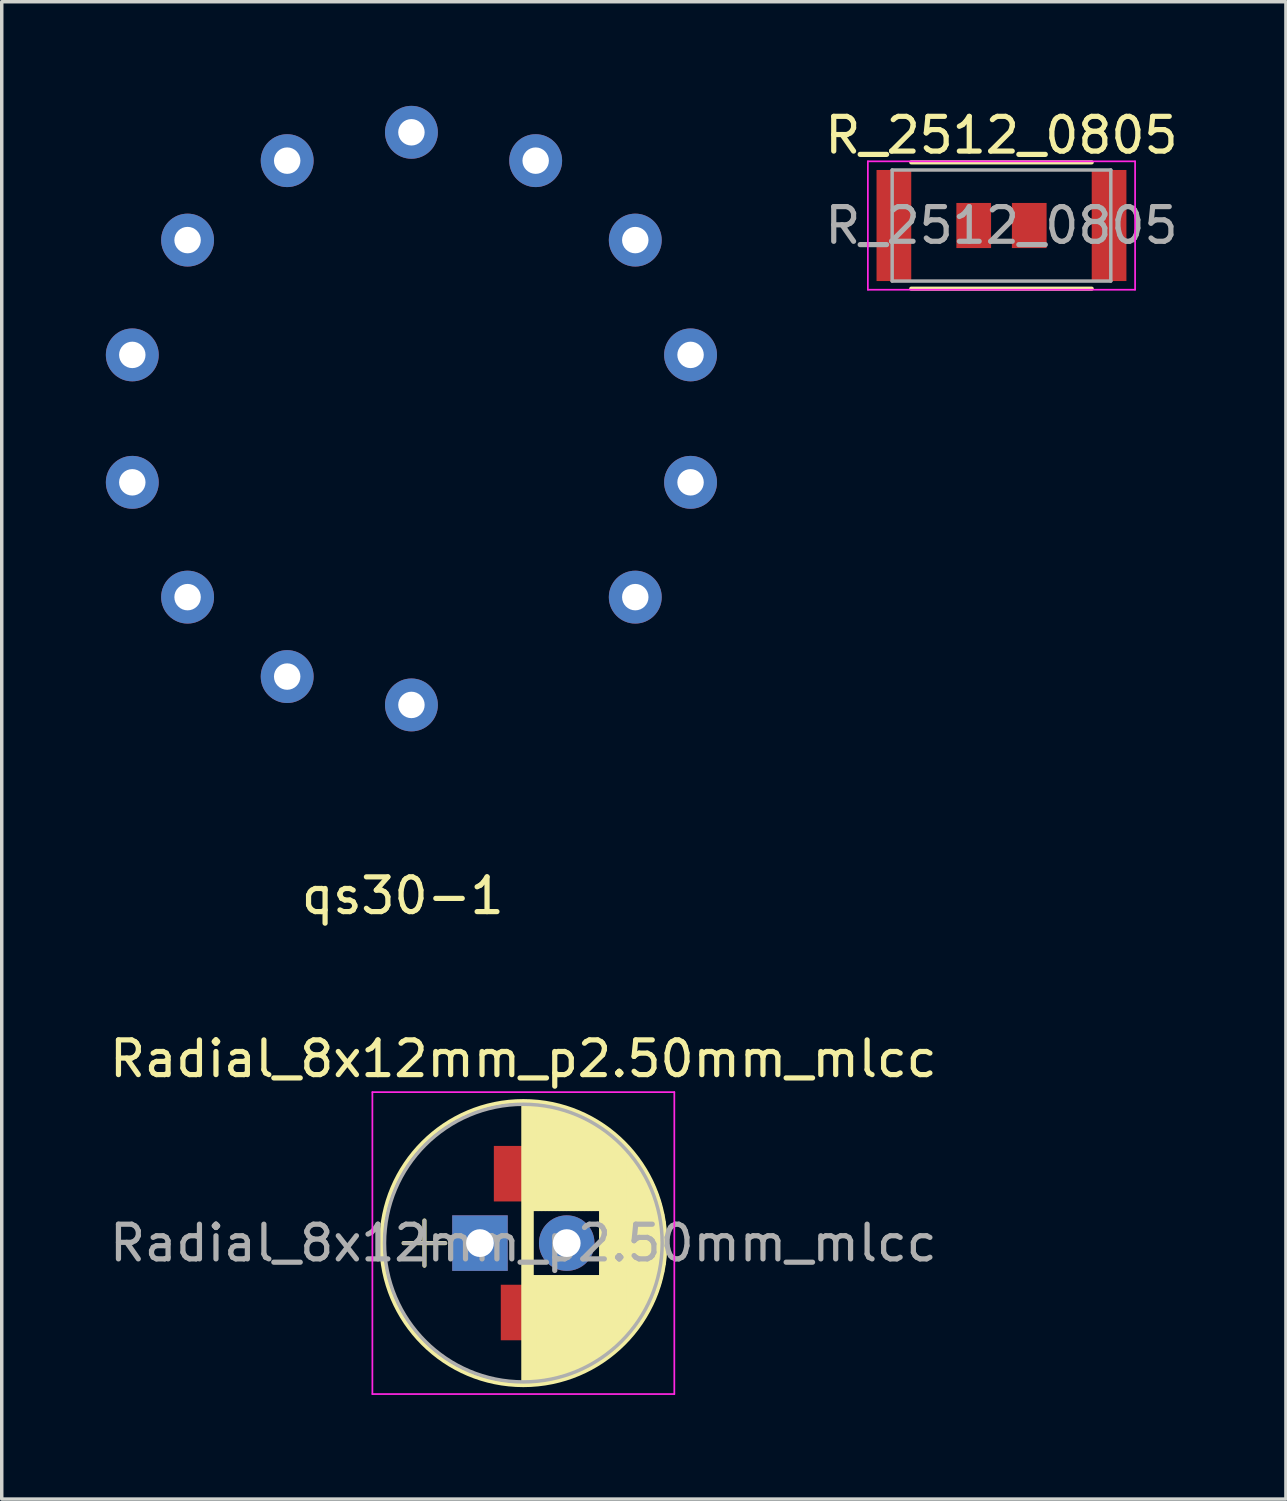
<source format=kicad_pcb>
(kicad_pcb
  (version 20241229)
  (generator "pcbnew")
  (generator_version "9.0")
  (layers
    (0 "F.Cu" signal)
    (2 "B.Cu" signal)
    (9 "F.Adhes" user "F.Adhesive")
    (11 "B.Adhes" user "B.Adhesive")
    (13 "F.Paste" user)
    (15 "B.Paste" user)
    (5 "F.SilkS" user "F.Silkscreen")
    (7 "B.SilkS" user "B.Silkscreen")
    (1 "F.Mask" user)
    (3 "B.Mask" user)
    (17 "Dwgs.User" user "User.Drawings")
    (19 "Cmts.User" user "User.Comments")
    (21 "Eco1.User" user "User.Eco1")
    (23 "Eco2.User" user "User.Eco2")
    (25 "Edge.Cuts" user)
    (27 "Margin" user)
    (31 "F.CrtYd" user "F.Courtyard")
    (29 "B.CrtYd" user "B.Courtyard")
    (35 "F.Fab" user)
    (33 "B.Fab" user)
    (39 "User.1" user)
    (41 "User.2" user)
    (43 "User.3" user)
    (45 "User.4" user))
  (footprint "qs30-1"
    (layer "F.Cu")
    (at 8.805 9.012)
    (property "Reference" "qs30-1" (at -0.25 13.75 0) (layer "F.SilkS") (effects (font (size 1 1) (thickness 0.15))))
    (attr through_hole)
    (pad "0" thru_hole circle (at -6.45 5.144 128.571) (size 1.524 1.524) (drill 0.762) (layers "*.Cu" "*.Mask"))
    (pad "1" thru_hole circle (at 6.45 5.144 231.429) (size 1.524 1.524) (drill 0.762) (layers "*.Cu" "*.Mask"))
    (pad "2" thru_hole circle (at 8.043 1.836 257.143) (size 1.524 1.524) (drill 0.762) (layers "*.Cu" "*.Mask"))
    (pad "3" thru_hole circle (at 8.043 -1.836 282.857) (size 1.524 1.524) (drill 0.762) (layers "*.Cu" "*.Mask"))
    (pad "4" thru_hole circle (at 6.45 -5.144 308.571) (size 1.524 1.524) (drill 0.762) (layers "*.Cu" "*.Mask"))
    (pad "5" thru_hole circle (at 3.58 -7.433 334.286) (size 1.524 1.524) (drill 0.762) (layers "*.Cu" "*.Mask"))
    (pad "6" thru_hole circle (at -3.58 -7.433 25.714) (size 1.524 1.524) (drill 0.762) (layers "*.Cu" "*.Mask"))
    (pad "7" thru_hole circle (at -6.45 -5.144 51.429) (size 1.524 1.524) (drill 0.762) (layers "*.Cu" "*.Mask"))
    (pad "8" thru_hole circle (at -8.043 -1.836 77.143) (size 1.524 1.524) (drill 0.762) (layers "*.Cu" "*.Mask"))
    (pad "9" thru_hole circle (at -8.043 1.836 102.857) (size 1.524 1.524) (drill 0.762) (layers "*.Cu" "*.Mask"))
    (pad "A" thru_hole circle (at -3.58 7.433 154.286) (size 1.524 1.524) (drill 0.762) (layers "*.Cu" "*.Mask"))
    (pad "NC" thru_hole circle (at 0 8.25 180) (size 1.524 1.524) (drill 0.762) (layers "*.Cu" "*.Mask"))
    (pad "ic" thru_hole circle (at 0 -8.25) (size 1.524 1.524) (drill 0.762) (layers "*.Cu" "*.Mask")))
  (footprint "R_2512_0805"
    (layer "F.Cu")
    (at 25.807 3.448)
    (property "Reference" "R_2512_0805" (at 0 -2.6 0) (layer "F.SilkS") (effects (font (size 1 1) (thickness 0.15))))
    (attr smd)
    (fp_line (start -2.6 -1.82) (end 2.6 -1.82) (stroke (width 0.12) (type solid)) (layer "F.SilkS"))
    (fp_line (start 2.6 1.82) (end -2.6 1.82) (stroke (width 0.12) (type solid)) (layer "F.SilkS"))
    (fp_line (start -3.85 -1.85) (end -3.85 1.85) (stroke (width 0.05) (type solid)) (layer "F.CrtYd"))
    (fp_line (start -3.85 -1.85) (end 3.85 -1.85) (stroke (width 0.05) (type solid)) (layer "F.CrtYd"))
    (fp_line (start 3.85 1.85) (end -3.85 1.85) (stroke (width 0.05) (type solid)) (layer "F.CrtYd"))
    (fp_line (start 3.85 1.85) (end 3.85 -1.85) (stroke (width 0.05) (type solid)) (layer "F.CrtYd"))
    (fp_line (start -3.15 -1.6) (end 3.15 -1.6) (stroke (width 0.1) (type solid)) (layer "F.Fab"))
    (fp_line (start -3.15 1.6) (end -3.15 -1.6) (stroke (width 0.1) (type solid)) (layer "F.Fab"))
    (fp_line (start 3.15 -1.6) (end 3.15 1.6) (stroke (width 0.1) (type solid)) (layer "F.Fab"))
    (fp_line (start 3.15 1.6) (end -3.15 1.6) (stroke (width 0.1) (type solid)) (layer "F.Fab"))
    (fp_text user "${REFERENCE}" (at 0 0 0) (layer "F.Fab") (effects (font (size 1 1) (thickness 0.15))))
    (pad "1" smd rect (at -3.1 0) (size 1 3.2) (layers "F.Cu" "F.Mask" "F.Paste"))
    (pad "1" smd rect (at -0.8 0) (size 1 1.3) (layers "F.Cu" "F.Mask" "F.Paste"))
    (pad "2" smd rect (at 0.8 0) (size 1 1.3) (layers "F.Cu" "F.Mask" "F.Paste"))
    (pad "2" smd rect (at 3.1 0) (size 1 3.2) (layers "F.Cu" "F.Mask" "F.Paste")))
  (footprint "Radial_8x12mm_p2.50mm_mlcc"
    (layer "F.Cu")
    (at 10.78 32.769)
    (property "Reference" "Radial_8x12mm_p2.50mm_mlcc" (at 1.25 -5.31 0) (layer "F.SilkS") (effects (font (size 1 1) (thickness 0.15))))
    (attr through_hole)
    (fp_line (start -2.2 0) (end -1 0) (stroke (width 0.12) (type solid)) (layer "F.SilkS"))
    (fp_line (start -1.6 -0.65) (end -1.6 0.65) (stroke (width 0.12) (type solid)) (layer "F.SilkS"))
    (fp_line (start 1.25 -4.05) (end 1.25 4.05) (stroke (width 0.12) (type solid)) (layer "F.SilkS"))
    (fp_line (start 1.29 -4.05) (end 1.29 4.05) (stroke (width 0.12) (type solid)) (layer "F.SilkS"))
    (fp_line (start 1.33 -4.05) (end 1.33 4.05) (stroke (width 0.12) (type solid)) (layer "F.SilkS"))
    (fp_line (start 1.37 -4.049) (end 1.37 4.049) (stroke (width 0.12) (type solid)) (layer "F.SilkS"))
    (fp_line (start 1.41 -4.047) (end 1.41 4.047) (stroke (width 0.12) (type solid)) (layer "F.SilkS"))
    (fp_line (start 1.45 -4.046) (end 1.45 4.046) (stroke (width 0.12) (type solid)) (layer "F.SilkS"))
    (fp_line (start 1.49 -4.043) (end 1.49 4.043) (stroke (width 0.12) (type solid)) (layer "F.SilkS"))
    (fp_line (start 1.53 -4.041) (end 1.53 -0.98) (stroke (width 0.12) (type solid)) (layer "F.SilkS"))
    (fp_line (start 1.53 0.98) (end 1.53 4.041) (stroke (width 0.12) (type solid)) (layer "F.SilkS"))
    (fp_line (start 1.57 -4.038) (end 1.57 -0.98) (stroke (width 0.12) (type solid)) (layer "F.SilkS"))
    (fp_line (start 1.57 0.98) (end 1.57 4.038) (stroke (width 0.12) (type solid)) (layer "F.SilkS"))
    (fp_line (start 1.61 -4.035) (end 1.61 -0.98) (stroke (width 0.12) (type solid)) (layer "F.SilkS"))
    (fp_line (start 1.61 0.98) (end 1.61 4.035) (stroke (width 0.12) (type solid)) (layer "F.SilkS"))
    (fp_line (start 1.65 -4.031) (end 1.65 -0.98) (stroke (width 0.12) (type solid)) (layer "F.SilkS"))
    (fp_line (start 1.65 0.98) (end 1.65 4.031) (stroke (width 0.12) (type solid)) (layer "F.SilkS"))
    (fp_line (start 1.69 -4.027) (end 1.69 -0.98) (stroke (width 0.12) (type solid)) (layer "F.SilkS"))
    (fp_line (start 1.69 0.98) (end 1.69 4.027) (stroke (width 0.12) (type solid)) (layer "F.SilkS"))
    (fp_line (start 1.73 -4.022) (end 1.73 -0.98) (stroke (width 0.12) (type solid)) (layer "F.SilkS"))
    (fp_line (start 1.73 0.98) (end 1.73 4.022) (stroke (width 0.12) (type solid)) (layer "F.SilkS"))
    (fp_line (start 1.77 -4.017) (end 1.77 -0.98) (stroke (width 0.12) (type solid)) (layer "F.SilkS"))
    (fp_line (start 1.77 0.98) (end 1.77 4.017) (stroke (width 0.12) (type solid)) (layer "F.SilkS"))
    (fp_line (start 1.81 -4.012) (end 1.81 -0.98) (stroke (width 0.12) (type solid)) (layer "F.SilkS"))
    (fp_line (start 1.81 0.98) (end 1.81 4.012) (stroke (width 0.12) (type solid)) (layer "F.SilkS"))
    (fp_line (start 1.85 -4.006) (end 1.85 -0.98) (stroke (width 0.12) (type solid)) (layer "F.SilkS"))
    (fp_line (start 1.85 0.98) (end 1.85 4.006) (stroke (width 0.12) (type solid)) (layer "F.SilkS"))
    (fp_line (start 1.89 -4) (end 1.89 -0.98) (stroke (width 0.12) (type solid)) (layer "F.SilkS"))
    (fp_line (start 1.89 0.98) (end 1.89 4) (stroke (width 0.12) (type solid)) (layer "F.SilkS"))
    (fp_line (start 1.93 -3.994) (end 1.93 -0.98) (stroke (width 0.12) (type solid)) (layer "F.SilkS"))
    (fp_line (start 1.93 0.98) (end 1.93 3.994) (stroke (width 0.12) (type solid)) (layer "F.SilkS"))
    (fp_line (start 1.971 -3.987) (end 1.971 -0.98) (stroke (width 0.12) (type solid)) (layer "F.SilkS"))
    (fp_line (start 1.971 0.98) (end 1.971 3.987) (stroke (width 0.12) (type solid)) (layer "F.SilkS"))
    (fp_line (start 2.011 -3.979) (end 2.011 -0.98) (stroke (width 0.12) (type solid)) (layer "F.SilkS"))
    (fp_line (start 2.011 0.98) (end 2.011 3.979) (stroke (width 0.12) (type solid)) (layer "F.SilkS"))
    (fp_line (start 2.051 -3.971) (end 2.051 -0.98) (stroke (width 0.12) (type solid)) (layer "F.SilkS"))
    (fp_line (start 2.051 0.98) (end 2.051 3.971) (stroke (width 0.12) (type solid)) (layer "F.SilkS"))
    (fp_line (start 2.091 -3.963) (end 2.091 -0.98) (stroke (width 0.12) (type solid)) (layer "F.SilkS"))
    (fp_line (start 2.091 0.98) (end 2.091 3.963) (stroke (width 0.12) (type solid)) (layer "F.SilkS"))
    (fp_line (start 2.131 -3.955) (end 2.131 -0.98) (stroke (width 0.12) (type solid)) (layer "F.SilkS"))
    (fp_line (start 2.131 0.98) (end 2.131 3.955) (stroke (width 0.12) (type solid)) (layer "F.SilkS"))
    (fp_line (start 2.171 -3.946) (end 2.171 -0.98) (stroke (width 0.12) (type solid)) (layer "F.SilkS"))
    (fp_line (start 2.171 0.98) (end 2.171 3.946) (stroke (width 0.12) (type solid)) (layer "F.SilkS"))
    (fp_line (start 2.211 -3.936) (end 2.211 -0.98) (stroke (width 0.12) (type solid)) (layer "F.SilkS"))
    (fp_line (start 2.211 0.98) (end 2.211 3.936) (stroke (width 0.12) (type solid)) (layer "F.SilkS"))
    (fp_line (start 2.251 -3.926) (end 2.251 -0.98) (stroke (width 0.12) (type solid)) (layer "F.SilkS"))
    (fp_line (start 2.251 0.98) (end 2.251 3.926) (stroke (width 0.12) (type solid)) (layer "F.SilkS"))
    (fp_line (start 2.291 -3.916) (end 2.291 -0.98) (stroke (width 0.12) (type solid)) (layer "F.SilkS"))
    (fp_line (start 2.291 0.98) (end 2.291 3.916) (stroke (width 0.12) (type solid)) (layer "F.SilkS"))
    (fp_line (start 2.331 -3.905) (end 2.331 -0.98) (stroke (width 0.12) (type solid)) (layer "F.SilkS"))
    (fp_line (start 2.331 0.98) (end 2.331 3.905) (stroke (width 0.12) (type solid)) (layer "F.SilkS"))
    (fp_line (start 2.371 -3.894) (end 2.371 -0.98) (stroke (width 0.12) (type solid)) (layer "F.SilkS"))
    (fp_line (start 2.371 0.98) (end 2.371 3.894) (stroke (width 0.12) (type solid)) (layer "F.SilkS"))
    (fp_line (start 2.411 -3.883) (end 2.411 -0.98) (stroke (width 0.12) (type solid)) (layer "F.SilkS"))
    (fp_line (start 2.411 0.98) (end 2.411 3.883) (stroke (width 0.12) (type solid)) (layer "F.SilkS"))
    (fp_line (start 2.451 -3.87) (end 2.451 -0.98) (stroke (width 0.12) (type solid)) (layer "F.SilkS"))
    (fp_line (start 2.451 0.98) (end 2.451 3.87) (stroke (width 0.12) (type solid)) (layer "F.SilkS"))
    (fp_line (start 2.491 -3.858) (end 2.491 -0.98) (stroke (width 0.12) (type solid)) (layer "F.SilkS"))
    (fp_line (start 2.491 0.98) (end 2.491 3.858) (stroke (width 0.12) (type solid)) (layer "F.SilkS"))
    (fp_line (start 2.531 -3.845) (end 2.531 -0.98) (stroke (width 0.12) (type solid)) (layer "F.SilkS"))
    (fp_line (start 2.531 0.98) (end 2.531 3.845) (stroke (width 0.12) (type solid)) (layer "F.SilkS"))
    (fp_line (start 2.571 -3.832) (end 2.571 -0.98) (stroke (width 0.12) (type solid)) (layer "F.SilkS"))
    (fp_line (start 2.571 0.98) (end 2.571 3.832) (stroke (width 0.12) (type solid)) (layer "F.SilkS"))
    (fp_line (start 2.611 -3.818) (end 2.611 -0.98) (stroke (width 0.12) (type solid)) (layer "F.SilkS"))
    (fp_line (start 2.611 0.98) (end 2.611 3.818) (stroke (width 0.12) (type solid)) (layer "F.SilkS"))
    (fp_line (start 2.651 -3.803) (end 2.651 -0.98) (stroke (width 0.12) (type solid)) (layer "F.SilkS"))
    (fp_line (start 2.651 0.98) (end 2.651 3.803) (stroke (width 0.12) (type solid)) (layer "F.SilkS"))
    (fp_line (start 2.691 -3.789) (end 2.691 -0.98) (stroke (width 0.12) (type solid)) (layer "F.SilkS"))
    (fp_line (start 2.691 0.98) (end 2.691 3.789) (stroke (width 0.12) (type solid)) (layer "F.SilkS"))
    (fp_line (start 2.731 -3.773) (end 2.731 -0.98) (stroke (width 0.12) (type solid)) (layer "F.SilkS"))
    (fp_line (start 2.731 0.98) (end 2.731 3.773) (stroke (width 0.12) (type solid)) (layer "F.SilkS"))
    (fp_line (start 2.771 -3.758) (end 2.771 -0.98) (stroke (width 0.12) (type solid)) (layer "F.SilkS"))
    (fp_line (start 2.771 0.98) (end 2.771 3.758) (stroke (width 0.12) (type solid)) (layer "F.SilkS"))
    (fp_line (start 2.811 -3.741) (end 2.811 -0.98) (stroke (width 0.12) (type solid)) (layer "F.SilkS"))
    (fp_line (start 2.811 0.98) (end 2.811 3.741) (stroke (width 0.12) (type solid)) (layer "F.SilkS"))
    (fp_line (start 2.851 -3.725) (end 2.851 -0.98) (stroke (width 0.12) (type solid)) (layer "F.SilkS"))
    (fp_line (start 2.851 0.98) (end 2.851 3.725) (stroke (width 0.12) (type solid)) (layer "F.SilkS"))
    (fp_line (start 2.891 -3.707) (end 2.891 -0.98) (stroke (width 0.12) (type solid)) (layer "F.SilkS"))
    (fp_line (start 2.891 0.98) (end 2.891 3.707) (stroke (width 0.12) (type solid)) (layer "F.SilkS"))
    (fp_line (start 2.931 -3.69) (end 2.931 -0.98) (stroke (width 0.12) (type solid)) (layer "F.SilkS"))
    (fp_line (start 2.931 0.98) (end 2.931 3.69) (stroke (width 0.12) (type solid)) (layer "F.SilkS"))
    (fp_line (start 2.971 -3.671) (end 2.971 -0.98) (stroke (width 0.12) (type solid)) (layer "F.SilkS"))
    (fp_line (start 2.971 0.98) (end 2.971 3.671) (stroke (width 0.12) (type solid)) (layer "F.SilkS"))
    (fp_line (start 3.011 -3.652) (end 3.011 -0.98) (stroke (width 0.12) (type solid)) (layer "F.SilkS"))
    (fp_line (start 3.011 0.98) (end 3.011 3.652) (stroke (width 0.12) (type solid)) (layer "F.SilkS"))
    (fp_line (start 3.051 -3.633) (end 3.051 -0.98) (stroke (width 0.12) (type solid)) (layer "F.SilkS"))
    (fp_line (start 3.051 0.98) (end 3.051 3.633) (stroke (width 0.12) (type solid)) (layer "F.SilkS"))
    (fp_line (start 3.091 -3.613) (end 3.091 -0.98) (stroke (width 0.12) (type solid)) (layer "F.SilkS"))
    (fp_line (start 3.091 0.98) (end 3.091 3.613) (stroke (width 0.12) (type solid)) (layer "F.SilkS"))
    (fp_line (start 3.131 -3.593) (end 3.131 -0.98) (stroke (width 0.12) (type solid)) (layer "F.SilkS"))
    (fp_line (start 3.131 0.98) (end 3.131 3.593) (stroke (width 0.12) (type solid)) (layer "F.SilkS"))
    (fp_line (start 3.171 -3.572) (end 3.171 -0.98) (stroke (width 0.12) (type solid)) (layer "F.SilkS"))
    (fp_line (start 3.171 0.98) (end 3.171 3.572) (stroke (width 0.12) (type solid)) (layer "F.SilkS"))
    (fp_line (start 3.211 -3.55) (end 3.211 -0.98) (stroke (width 0.12) (type solid)) (layer "F.SilkS"))
    (fp_line (start 3.211 0.98) (end 3.211 3.55) (stroke (width 0.12) (type solid)) (layer "F.SilkS"))
    (fp_line (start 3.251 -3.528) (end 3.251 -0.98) (stroke (width 0.12) (type solid)) (layer "F.SilkS"))
    (fp_line (start 3.251 0.98) (end 3.251 3.528) (stroke (width 0.12) (type solid)) (layer "F.SilkS"))
    (fp_line (start 3.291 -3.505) (end 3.291 -0.98) (stroke (width 0.12) (type solid)) (layer "F.SilkS"))
    (fp_line (start 3.291 0.98) (end 3.291 3.505) (stroke (width 0.12) (type solid)) (layer "F.SilkS"))
    (fp_line (start 3.331 -3.482) (end 3.331 -0.98) (stroke (width 0.12) (type solid)) (layer "F.SilkS"))
    (fp_line (start 3.331 0.98) (end 3.331 3.482) (stroke (width 0.12) (type solid)) (layer "F.SilkS"))
    (fp_line (start 3.371 -3.458) (end 3.371 -0.98) (stroke (width 0.12) (type solid)) (layer "F.SilkS"))
    (fp_line (start 3.371 0.98) (end 3.371 3.458) (stroke (width 0.12) (type solid)) (layer "F.SilkS"))
    (fp_line (start 3.411 -3.434) (end 3.411 -0.98) (stroke (width 0.12) (type solid)) (layer "F.SilkS"))
    (fp_line (start 3.411 0.98) (end 3.411 3.434) (stroke (width 0.12) (type solid)) (layer "F.SilkS"))
    (fp_line (start 3.451 -3.408) (end 3.451 -0.98) (stroke (width 0.12) (type solid)) (layer "F.SilkS"))
    (fp_line (start 3.451 0.98) (end 3.451 3.408) (stroke (width 0.12) (type solid)) (layer "F.SilkS"))
    (fp_line (start 3.491 -3.383) (end 3.491 3.383) (stroke (width 0.12) (type solid)) (layer "F.SilkS"))
    (fp_line (start 3.531 -3.356) (end 3.531 3.356) (stroke (width 0.12) (type solid)) (layer "F.SilkS"))
    (fp_line (start 3.571 -3.329) (end 3.571 3.329) (stroke (width 0.12) (type solid)) (layer "F.SilkS"))
    (fp_line (start 3.611 -3.301) (end 3.611 3.301) (stroke (width 0.12) (type solid)) (layer "F.SilkS"))
    (fp_line (start 3.651 -3.272) (end 3.651 3.272) (stroke (width 0.12) (type solid)) (layer "F.SilkS"))
    (fp_line (start 3.691 -3.243) (end 3.691 3.243) (stroke (width 0.12) (type solid)) (layer "F.SilkS"))
    (fp_line (start 3.731 -3.213) (end 3.731 3.213) (stroke (width 0.12) (type solid)) (layer "F.SilkS"))
    (fp_line (start 3.771 -3.182) (end 3.771 3.182) (stroke (width 0.12) (type solid)) (layer "F.SilkS"))
    (fp_line (start 3.811 -3.15) (end 3.811 3.15) (stroke (width 0.12) (type solid)) (layer "F.SilkS"))
    (fp_line (start 3.851 -3.118) (end 3.851 3.118) (stroke (width 0.12) (type solid)) (layer "F.SilkS"))
    (fp_line (start 3.891 -3.084) (end 3.891 3.084) (stroke (width 0.12) (type solid)) (layer "F.SilkS"))
    (fp_line (start 3.931 -3.05) (end 3.931 3.05) (stroke (width 0.12) (type solid)) (layer "F.SilkS"))
    (fp_line (start 3.971 -3.015) (end 3.971 3.015) (stroke (width 0.12) (type solid)) (layer "F.SilkS"))
    (fp_line (start 4.011 -2.979) (end 4.011 2.979) (stroke (width 0.12) (type solid)) (layer "F.SilkS"))
    (fp_line (start 4.051 -2.942) (end 4.051 2.942) (stroke (width 0.12) (type solid)) (layer "F.SilkS"))
    (fp_line (start 4.091 -2.904) (end 4.091 2.904) (stroke (width 0.12) (type solid)) (layer "F.SilkS"))
    (fp_line (start 4.131 -2.865) (end 4.131 2.865) (stroke (width 0.12) (type solid)) (layer "F.SilkS"))
    (fp_line (start 4.171 -2.824) (end 4.171 2.824) (stroke (width 0.12) (type solid)) (layer "F.SilkS"))
    (fp_line (start 4.211 -2.783) (end 4.211 2.783) (stroke (width 0.12) (type solid)) (layer "F.SilkS"))
    (fp_line (start 4.251 -2.74) (end 4.251 2.74) (stroke (width 0.12) (type solid)) (layer "F.SilkS"))
    (fp_line (start 4.291 -2.697) (end 4.291 2.697) (stroke (width 0.12) (type solid)) (layer "F.SilkS"))
    (fp_line (start 4.331 -2.652) (end 4.331 2.652) (stroke (width 0.12) (type solid)) (layer "F.SilkS"))
    (fp_line (start 4.371 -2.605) (end 4.371 2.605) (stroke (width 0.12) (type solid)) (layer "F.SilkS"))
    (fp_line (start 4.411 -2.557) (end 4.411 2.557) (stroke (width 0.12) (type solid)) (layer "F.SilkS"))
    (fp_line (start 4.451 -2.508) (end 4.451 2.508) (stroke (width 0.12) (type solid)) (layer "F.SilkS"))
    (fp_line (start 4.491 -2.457) (end 4.491 2.457) (stroke (width 0.12) (type solid)) (layer "F.SilkS"))
    (fp_line (start 4.531 -2.404) (end 4.531 2.404) (stroke (width 0.12) (type solid)) (layer "F.SilkS"))
    (fp_line (start 4.571 -2.349) (end 4.571 2.349) (stroke (width 0.12) (type solid)) (layer "F.SilkS"))
    (fp_line (start 4.611 -2.293) (end 4.611 2.293) (stroke (width 0.12) (type solid)) (layer "F.SilkS"))
    (fp_line (start 4.651 -2.234) (end 4.651 2.234) (stroke (width 0.12) (type solid)) (layer "F.SilkS"))
    (fp_line (start 4.691 -2.173) (end 4.691 2.173) (stroke (width 0.12) (type solid)) (layer "F.SilkS"))
    (fp_line (start 4.731 -2.109) (end 4.731 2.109) (stroke (width 0.12) (type solid)) (layer "F.SilkS"))
    (fp_line (start 4.771 -2.043) (end 4.771 2.043) (stroke (width 0.12) (type solid)) (layer "F.SilkS"))
    (fp_line (start 4.811 -1.974) (end 4.811 1.974) (stroke (width 0.12) (type solid)) (layer "F.SilkS"))
    (fp_line (start 4.851 -1.902) (end 4.851 1.902) (stroke (width 0.12) (type solid)) (layer "F.SilkS"))
    (fp_line (start 4.891 -1.826) (end 4.891 1.826) (stroke (width 0.12) (type solid)) (layer "F.SilkS"))
    (fp_line (start 4.931 -1.745) (end 4.931 1.745) (stroke (width 0.12) (type solid)) (layer "F.SilkS"))
    (fp_line (start 4.971 -1.66) (end 4.971 1.66) (stroke (width 0.12) (type solid)) (layer "F.SilkS"))
    (fp_line (start 5.011 -1.57) (end 5.011 1.57) (stroke (width 0.12) (type solid)) (layer "F.SilkS"))
    (fp_line (start 5.051 -1.473) (end 5.051 1.473) (stroke (width 0.12) (type solid)) (layer "F.SilkS"))
    (fp_line (start 5.091 -1.369) (end 5.091 1.369) (stroke (width 0.12) (type solid)) (layer "F.SilkS"))
    (fp_line (start 5.131 -1.254) (end 5.131 1.254) (stroke (width 0.12) (type solid)) (layer "F.SilkS"))
    (fp_line (start 5.171 -1.127) (end 5.171 1.127) (stroke (width 0.12) (type solid)) (layer "F.SilkS"))
    (fp_line (start 5.211 -0.983) (end 5.211 0.983) (stroke (width 0.12) (type solid)) (layer "F.SilkS"))
    (fp_line (start 5.251 -0.814) (end 5.251 0.814) (stroke (width 0.12) (type solid)) (layer "F.SilkS"))
    (fp_line (start 5.291 -0.598) (end 5.291 0.598) (stroke (width 0.12) (type solid)) (layer "F.SilkS"))
    (fp_line (start 5.331 -0.246) (end 5.331 0.246) (stroke (width 0.12) (type solid)) (layer "F.SilkS"))
    (fp_circle (center 1.25 0) (end 5.34 0) (stroke (width 0.12) (type solid)) (fill no) (layer "F.SilkS"))
    (fp_line (start -3.1 -4.35) (end -3.1 4.35) (stroke (width 0.05) (type solid)) (layer "F.CrtYd"))
    (fp_line (start -3.1 4.35) (end 5.6 4.35) (stroke (width 0.05) (type solid)) (layer "F.CrtYd"))
    (fp_line (start 5.6 -4.35) (end -3.1 -4.35) (stroke (width 0.05) (type solid)) (layer "F.CrtYd"))
    (fp_line (start 5.6 4.35) (end 5.6 -4.35) (stroke (width 0.05) (type solid)) (layer "F.CrtYd"))
    (fp_line (start -2.2 0) (end -1 0) (stroke (width 0.1) (type solid)) (layer "F.Fab"))
    (fp_line (start -1.6 -0.65) (end -1.6 0.65) (stroke (width 0.1) (type solid)) (layer "F.Fab"))
    (fp_circle (center 1.25 0) (end 5.25 0) (stroke (width 0.1) (type solid)) (fill no) (layer "F.Fab"))
    (fp_text user "${REFERENCE}" (at 1.25 0 0) (layer "F.Fab") (effects (font (size 1 1) (thickness 0.15))))
    (pad "1" thru_hole rect (at 0 0) (size 1.6 1.6) (drill 0.8) (layers "*.Cu" "*.Mask"))
    (pad "2" thru_hole circle (at 2.5 0) (size 1.6 1.6) (drill 0.8) (layers "*.Cu" "*.Mask"))
    (pad "3" smd rect (at 1.2 -2) (size 1.6 1.6) (layers "F.Cu" "F.Mask" "F.Paste"))
    (pad "4" smd rect (at 1.4 2) (size 1.6 1.6) (layers "F.Cu" "F.Mask" "F.Paste")))
  (gr_rect
    (start -3 -3)
    (end 34.003 40.144)
    (stroke (width 0.1) (type default))
    (fill no)
    (layer "Edge.Cuts")))
</source>
